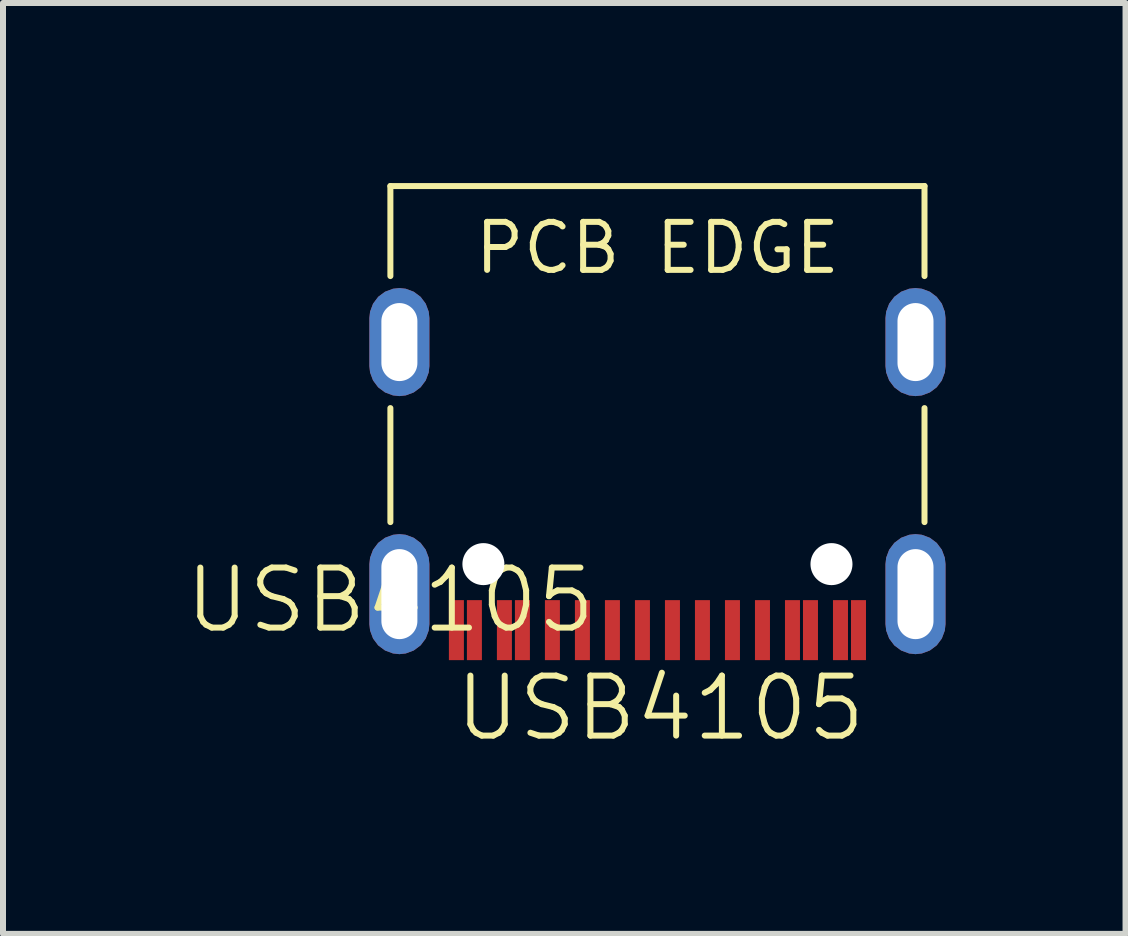
<source format=kicad_pcb>
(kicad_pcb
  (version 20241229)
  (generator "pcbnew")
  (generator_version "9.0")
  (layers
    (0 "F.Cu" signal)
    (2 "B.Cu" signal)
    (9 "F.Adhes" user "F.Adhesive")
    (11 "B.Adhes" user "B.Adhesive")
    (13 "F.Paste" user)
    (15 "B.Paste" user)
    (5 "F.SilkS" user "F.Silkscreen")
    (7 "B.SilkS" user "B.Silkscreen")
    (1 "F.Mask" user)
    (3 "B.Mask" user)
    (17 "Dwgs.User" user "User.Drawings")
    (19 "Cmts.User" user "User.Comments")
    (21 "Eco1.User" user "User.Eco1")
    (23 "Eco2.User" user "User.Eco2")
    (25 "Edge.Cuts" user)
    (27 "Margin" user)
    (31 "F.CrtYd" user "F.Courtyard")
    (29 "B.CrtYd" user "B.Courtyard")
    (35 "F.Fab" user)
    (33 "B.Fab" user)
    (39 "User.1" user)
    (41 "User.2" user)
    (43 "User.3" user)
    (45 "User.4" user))
  (footprint "USB4105"
    (layer "F.Cu")
    (at 3.455 7.45)
    (property "Reference" "USB4105" (at 0 -0.5 0) (unlocked yes) (layer "F.SilkS") (effects (font (size 1 1) (thickness 0.1))))
    (attr smd)
    (fp_line (start 0 -7.4) (end 0 -5.9) (stroke (width 0.1) (type default)) (layer "F.SilkS"))
    (fp_line (start 0 -3.7) (end 0 -1.8) (stroke (width 0.1) (type default)) (layer "F.SilkS"))
    (fp_line (start 8.9 -7.4) (end 0 -7.4) (stroke (width 0.1) (type default)) (layer "F.SilkS"))
    (fp_line (start 8.9 -7.4) (end 8.9 -5.9) (stroke (width 0.1) (type default)) (layer "F.SilkS"))
    (fp_line (start 8.9 -3.7) (end 8.9 -1.8) (stroke (width 0.1) (type default)) (layer "F.SilkS"))
    (fp_text user "${REFERENCE}" (at 4.5 1.3 0) (unlocked yes) (layer "F.SilkS") (effects (font (size 1 1) (thickness 0.1))))
    (fp_text user "PCB EDGE" (at 4.45 -5.9 0) (unlocked yes) (layer "F.SilkS") (effects (font (size 0.8 0.8) (thickness 0.1)) (justify bottom)))
    (pad "" np_thru_hole circle (at 1.55 -1.1) (size 0.7 0.7) (drill 0.7) (layers "*.Cu" "*.Mask"))
    (pad "" np_thru_hole circle (at 7.35 -1.1) (size 0.7 0.7) (drill 0.7) (layers "*.Cu" "*.Mask"))
    (pad "A1" smd rect (at 7.8 0) (size 0.25 1) (layers "F.Cu" "F.Mask" "F.Paste"))
    (pad "A4" smd rect (at 7 0) (size 0.25 1) (layers "F.Cu" "F.Mask" "F.Paste"))
    (pad "A5" smd rect (at 5.7 0) (size 0.25 1) (layers "F.Cu" "F.Mask" "F.Paste"))
    (pad "A6" smd rect (at 4.7 0) (size 0.25 1) (layers "F.Cu" "F.Mask" "F.Paste"))
    (pad "A7" smd rect (at 4.2 0) (size 0.25 1) (layers "F.Cu" "F.Mask" "F.Paste"))
    (pad "A8" smd rect (at 3.2 0) (size 0.25 1) (layers "F.Cu" "F.Mask" "F.Paste"))
    (pad "A9" smd rect (at 1.9 0) (size 0.25 1) (layers "F.Cu" "F.Mask" "F.Paste"))
    (pad "A12" smd rect (at 1.1 0) (size 0.25 1) (layers "F.Cu" "F.Mask" "F.Paste"))
    (pad "B1" smd rect (at 1.4 0) (size 0.25 1) (layers "F.Cu" "F.Mask" "F.Paste"))
    (pad "B4" smd rect (at 2.2 0) (size 0.25 1) (layers "F.Cu" "F.Mask" "F.Paste"))
    (pad "B5" smd rect (at 2.7 0) (size 0.25 1) (layers "F.Cu" "F.Mask" "F.Paste"))
    (pad "B6" smd rect (at 3.7 0) (size 0.25 1) (layers "F.Cu" "F.Mask" "F.Paste"))
    (pad "B7" smd rect (at 5.2 0) (size 0.25 1) (layers "F.Cu" "F.Mask" "F.Paste"))
    (pad "B8" smd rect (at 6.2 0) (size 0.25 1) (layers "F.Cu" "F.Mask" "F.Paste"))
    (pad "B9" smd rect (at 6.7 0) (size 0.25 1) (layers "F.Cu" "F.Mask" "F.Paste"))
    (pad "B12" smd rect (at 7.5 0) (size 0.25 1) (layers "F.Cu" "F.Mask" "F.Paste"))
    (pad "Shield" thru_hole roundrect (at 0.15 -4.8) (size 1 1.8) (drill oval 0.6 1.3) (layers "*.Cu" "*.Mask") (roundrect_rratio 0.5))
    (pad "Shield" thru_hole roundrect (at 0.15 -0.6) (size 1 2) (drill oval 0.6 1.5) (layers "*.Cu" "*.Mask") (roundrect_rratio 0.5))
    (pad "Shield" thru_hole roundrect (at 8.75 -4.8) (size 1 1.8) (drill oval 0.6 1.3) (layers "*.Cu" "*.Mask") (roundrect_rratio 0.5))
    (pad "Shield" thru_hole roundrect (at 8.75 -0.6) (size 1 2) (drill oval 0.6 1.5) (layers "*.Cu" "*.Mask") (roundrect_rratio 0.5)))
  (gr_rect
    (start -3 -3)
    (end 15.705 12.511)
    (stroke (width 0.1) (type default))
    (fill no)
    (layer "Edge.Cuts")))
</source>
